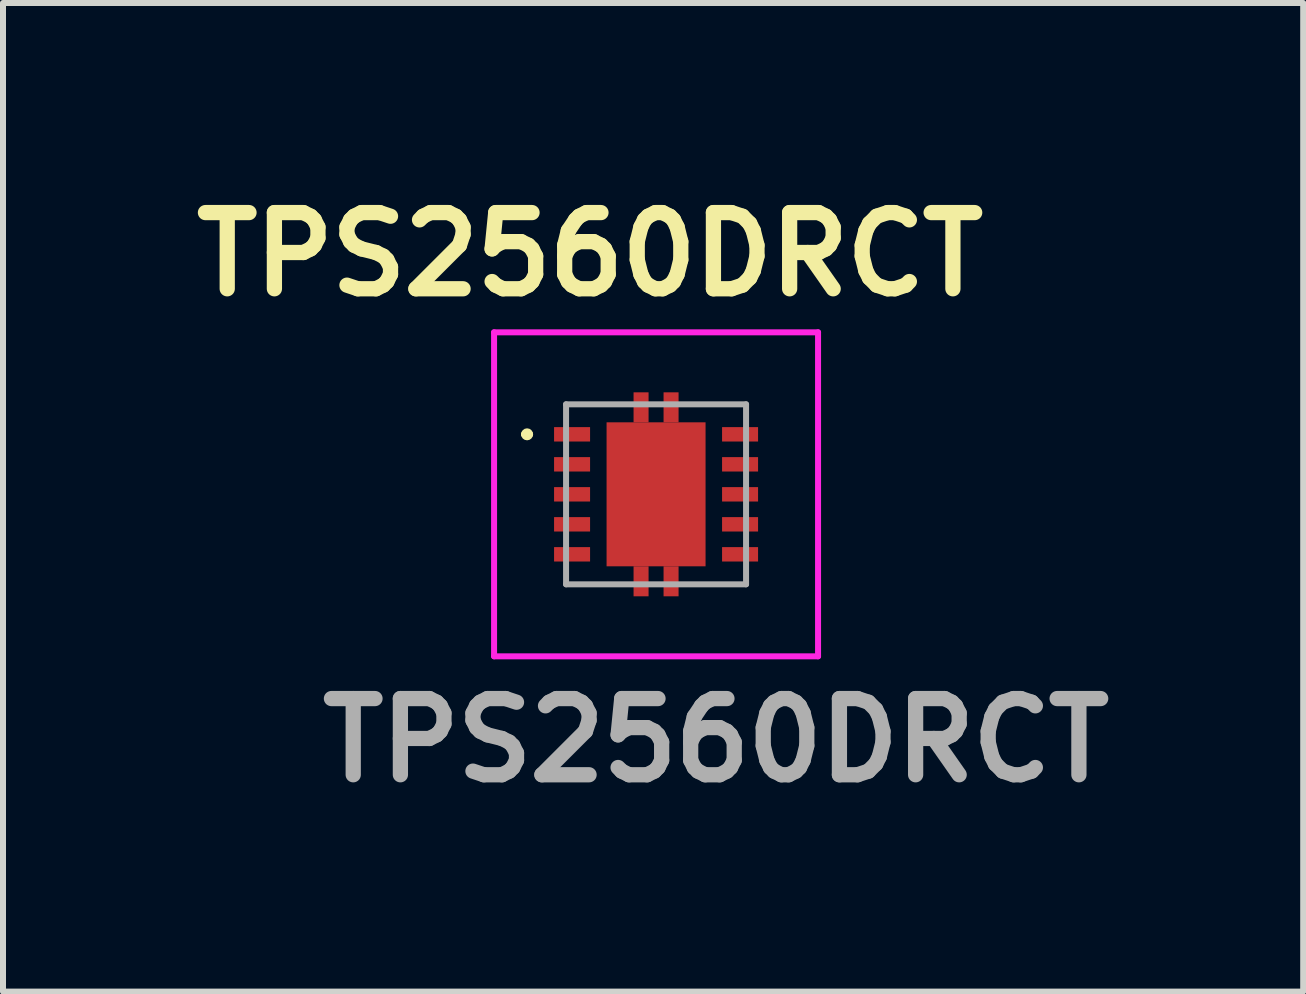
<source format=kicad_pcb>
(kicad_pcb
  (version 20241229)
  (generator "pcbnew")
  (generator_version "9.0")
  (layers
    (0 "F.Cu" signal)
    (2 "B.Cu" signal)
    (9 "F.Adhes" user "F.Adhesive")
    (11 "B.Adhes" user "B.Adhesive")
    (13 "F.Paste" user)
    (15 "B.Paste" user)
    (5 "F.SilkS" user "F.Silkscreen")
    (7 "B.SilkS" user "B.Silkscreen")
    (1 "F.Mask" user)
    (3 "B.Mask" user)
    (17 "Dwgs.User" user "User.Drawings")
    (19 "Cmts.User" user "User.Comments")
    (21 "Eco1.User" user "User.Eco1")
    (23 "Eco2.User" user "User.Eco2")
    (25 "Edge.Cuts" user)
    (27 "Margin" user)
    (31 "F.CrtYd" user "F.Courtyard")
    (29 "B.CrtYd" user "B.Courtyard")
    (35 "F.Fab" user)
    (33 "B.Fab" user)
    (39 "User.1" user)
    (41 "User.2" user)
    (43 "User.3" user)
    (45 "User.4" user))
  (footprint "TPS2560DRCT"
    (layer "F.Cu")
    (at 7.885 5.189)
    (property "Reference" "TPS2560DRCT" (at -1.1 -4 0) (layer "F.SilkS") (effects (font (size 1.27 1.27) (thickness 0.254))))
    (attr smd)
    (fp_line (start -2.2 -1) (end -2.2 -1) (stroke (width 0.1) (type solid)) (layer "F.SilkS"))
    (fp_line (start -2.1 -1) (end -2.1 -1) (stroke (width 0.1) (type solid)) (layer "F.SilkS"))
    (fp_arc (start -2.2 -1) (mid -2.15 -1.05) (end -2.1 -1) (stroke (width 0.1) (type solid)) (layer "F.SilkS"))
    (fp_arc (start -2.1 -1) (mid -2.15 -0.95) (end -2.2 -1) (stroke (width 0.1) (type solid)) (layer "F.SilkS"))
    (fp_line (start -2.7 -2.7) (end 2.7 -2.7) (stroke (width 0.1) (type solid)) (layer "F.CrtYd"))
    (fp_line (start -2.7 2.7) (end -2.7 -2.7) (stroke (width 0.1) (type solid)) (layer "F.CrtYd"))
    (fp_line (start 2.7 -2.7) (end 2.7 2.7) (stroke (width 0.1) (type solid)) (layer "F.CrtYd"))
    (fp_line (start 2.7 2.7) (end -2.7 2.7) (stroke (width 0.1) (type solid)) (layer "F.CrtYd"))
    (fp_line (start -1.5 -1.5) (end 1.5 -1.5) (stroke (width 0.1) (type solid)) (layer "F.Fab"))
    (fp_line (start -1.5 1.5) (end -1.5 -1.5) (stroke (width 0.1) (type solid)) (layer "F.Fab"))
    (fp_line (start 1.5 -1.5) (end 1.5 1.5) (stroke (width 0.1) (type solid)) (layer "F.Fab"))
    (fp_line (start 1.5 1.5) (end -1.5 1.5) (stroke (width 0.1) (type solid)) (layer "F.Fab"))
    (fp_text user "${REFERENCE}" (at 1 4.1 0) (layer "F.Fab") (effects (font (size 1.27 1.27) (thickness 0.254))))
    (pad "1" smd rect (at -1.4 -1 90) (size 0.24 0.6) (layers "F.Cu" "F.Mask" "F.Paste"))
    (pad "2" smd rect (at -1.4 -0.5 90) (size 0.24 0.6) (layers "F.Cu" "F.Mask" "F.Paste"))
    (pad "3" smd rect (at -1.4 0 90) (size 0.24 0.6) (layers "F.Cu" "F.Mask" "F.Paste"))
    (pad "4" smd rect (at -1.4 0.5 90) (size 0.24 0.6) (layers "F.Cu" "F.Mask" "F.Paste"))
    (pad "5" smd rect (at -1.4 1 90) (size 0.24 0.6) (layers "F.Cu" "F.Mask" "F.Paste"))
    (pad "6" smd rect (at 1.4 1 90) (size 0.24 0.6) (layers "F.Cu" "F.Mask" "F.Paste"))
    (pad "7" smd rect (at 1.4 0.5 90) (size 0.24 0.6) (layers "F.Cu" "F.Mask" "F.Paste"))
    (pad "8" smd rect (at 1.4 0 90) (size 0.24 0.6) (layers "F.Cu" "F.Mask" "F.Paste"))
    (pad "9" smd rect (at 1.4 -0.5 90) (size 0.24 0.6) (layers "F.Cu" "F.Mask" "F.Paste"))
    (pad "10" smd rect (at 1.4 -1 90) (size 0.24 0.6) (layers "F.Cu" "F.Mask" "F.Paste"))
    (pad "11" smd rect (at 0 0) (size 1.65 2.4) (layers "F.Cu" "F.Mask" "F.Paste"))
    (pad "12" smd rect (at -0.25 1.45) (size 0.25 0.5) (layers "F.Cu" "F.Mask" "F.Paste"))
    (pad "13" smd rect (at 0.25 1.45) (size 0.25 0.5) (layers "F.Cu" "F.Mask" "F.Paste"))
    (pad "14" smd rect (at 0.25 -1.45) (size 0.25 0.5) (layers "F.Cu" "F.Mask" "F.Paste"))
    (pad "15" smd rect (at -0.25 -1.45) (size 0.25 0.5) (layers "F.Cu" "F.Mask" "F.Paste")))
  (gr_rect
    (start -3 -3)
    (end 18.671 13.477)
    (stroke (width 0.1) (type default))
    (fill no)
    (layer "Edge.Cuts")))
</source>
